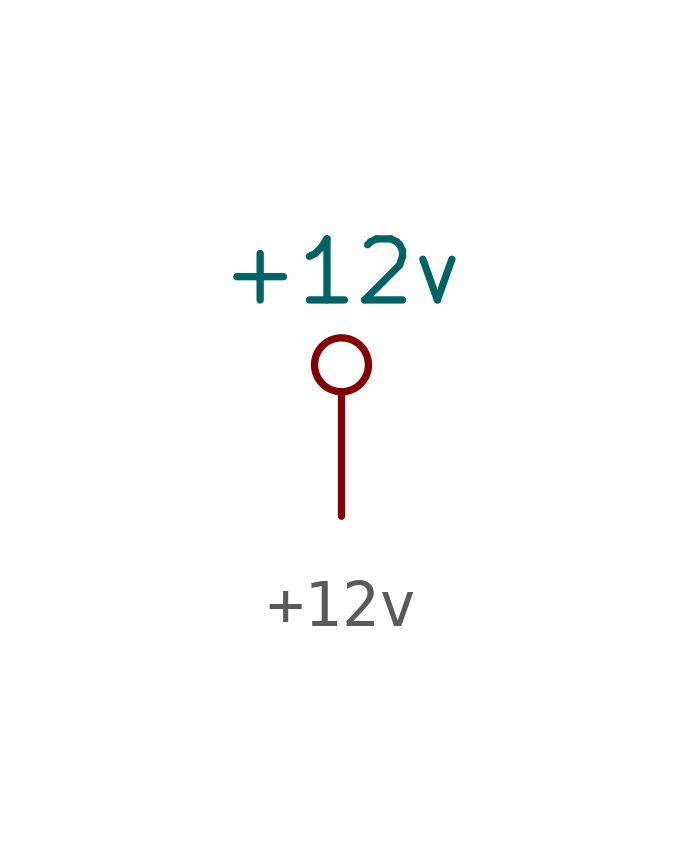
<source format=kicad_sym>
(kicad_symbol_lib
  (version 20231120)
  (generator "kicad_symbol_editor")
  (generator_version "8.0")
  (symbol "+12v"
    (power)
    (pin_numbers hide)
    (pin_names hide)
    (property "Reference" "#PWR"
      (at 4.724 3.708 0)
      (effects (font (size 1.27 1.27)) (hide yes)))
    (property "Value" "+12v"
      (at 0 3.81 0)
      (effects (font (size 1.27 1.27))))
    (symbol "+12v_0_1"
      (circle (center 0 1.88) (radius 0.561) (stroke (width 0) (type default)) (fill (type none))))
    (symbol "+12v_1_1"
      (pin power_in line (at 0 -1.27 90) (length 2.54) (name "+12v" (effects (font (size 1.27 1.27)))) (number "~" (effects (font (size 1.27 1.27))))))))
</source>
